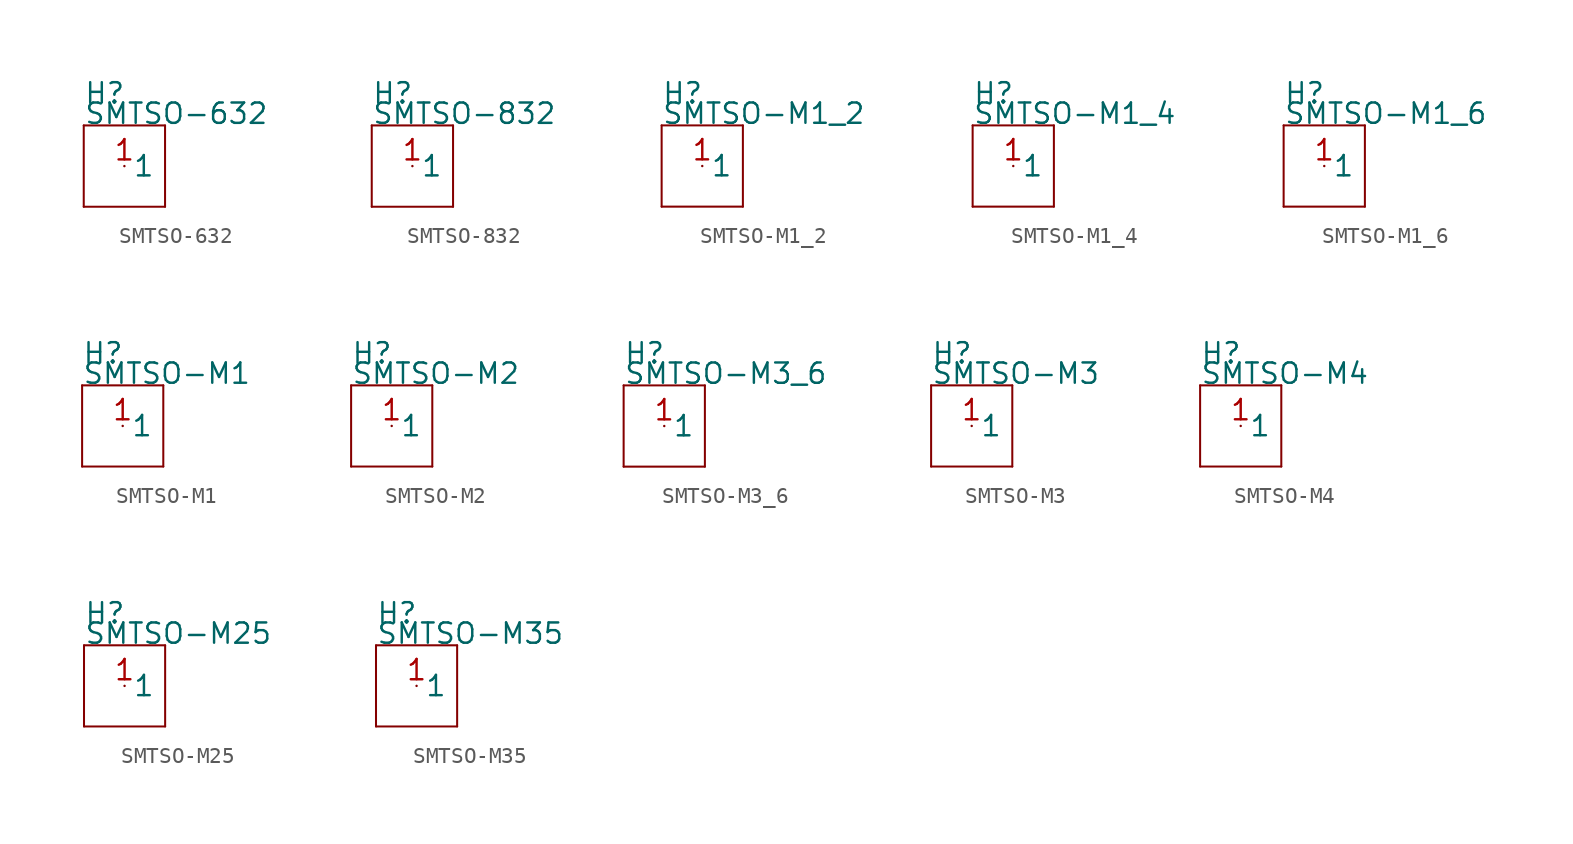
<source format=kicad_sym>
(kicad_symbol_lib
  (version 20211014)
  (generator kicad_symbol_editor)
  (symbol "SMTSO-632"
    (pin_names)
    (property "Reference" "H"
      (at -2.54 3.81 0)
      (effects (font (size 1.27 1.27)) (justify left bottom)))
    (property "Value" "SMTSO-632"
      (at -2.54 2.54 0)
      (effects (font (size 1.27 1.27)) (justify left bottom)))
    (property "Datasheet" ""
      (at 0 0 0))
    (property "ki_description" "PEM SMTSO-632  - #6-32 Technical Specifications: Length Codes: 2,4,8,12 "
      (at 0 0 0))
    (property "ki_fp_filters" "FlashPCB_Hardware:SMTSO-632 FlashPCB_Hardware:SMTSO-632-NO_OUTLINE"
      (at 0 0 0))
    (symbol "SMTSO-632_1_1"
      (polyline (pts (xy -2.54 2.54) (xy 2.54 2.54)) (stroke (width 0.127)) (fill (type none)))
      (polyline (pts (xy 2.54 2.54) (xy 2.54 -2.54)) (stroke (width 0.127)) (fill (type none)))
      (polyline (pts (xy 2.54 -2.54) (xy -2.54 -2.54)) (stroke (width 0.127)) (fill (type none)))
      (polyline (pts (xy -2.54 -2.54) (xy -2.54 2.54)) (stroke (width 0.127)) (fill (type none)))
      (pin bidirectional line (at 0 0 0) (length 0) (name "1" (effects (font (size 1.27 1.27)))) (number "1" (effects (font (size 1.27 1.27)))))))
  (symbol "SMTSO-832"
    (pin_names)
    (property "Reference" "H"
      (at -2.54 3.81 0)
      (effects (font (size 1.27 1.27)) (justify left bottom)))
    (property "Value" "SMTSO-832"
      (at -2.54 2.54 0)
      (effects (font (size 1.27 1.27)) (justify left bottom)))
    (property "Datasheet" ""
      (at 0 0 0))
    (property "ki_description" "PEM SMTSO-832  - #8-32 Technical Specifications: Length Codes: 2,4,8,12 "
      (at 0 0 0))
    (property "ki_fp_filters" "FlashPCB_Hardware:SMTSO-832 FlashPCB_Hardware:SMTSO-832-NO_OUTLINE"
      (at 0 0 0))
    (symbol "SMTSO-832_1_1"
      (polyline (pts (xy -2.54 2.54) (xy 2.54 2.54)) (stroke (width 0.127)) (fill (type none)))
      (polyline (pts (xy 2.54 2.54) (xy 2.54 -2.54)) (stroke (width 0.127)) (fill (type none)))
      (polyline (pts (xy 2.54 -2.54) (xy -2.54 -2.54)) (stroke (width 0.127)) (fill (type none)))
      (polyline (pts (xy -2.54 -2.54) (xy -2.54 2.54)) (stroke (width 0.127)) (fill (type none)))
      (pin bidirectional line (at 0 0 0) (length 0) (name "1" (effects (font (size 1.27 1.27)))) (number "1" (effects (font (size 1.27 1.27)))))))
  (symbol "SMTSO-M1_2"
    (pin_names)
    (property "Reference" "H"
      (at -2.54 3.81 0)
      (effects (font (size 1.27 1.27)) (justify left bottom)))
    (property "Value" "SMTSO-M1_2"
      (at -2.54 2.54 0)
      (effects (font (size 1.27 1.27)) (justify left bottom)))
    (property "Datasheet" ""
      (at 0 0 0))
    (property "ki_description" "PEM SMTSO-M1_2  - S1.2 Technical Specifications: Length Codes: 1,2,3 "
      (at 0 0 0))
    (property "ki_fp_filters" "FlashPCB_Hardware:SMTSO-M1_2 FlashPCB_Hardware:SMTSO-M1_2-NO_OUTLINE"
      (at 0 0 0))
    (symbol "SMTSO-M1_2_1_1"
      (polyline (pts (xy -2.54 2.54) (xy 2.54 2.54)) (stroke (width 0.127)) (fill (type none)))
      (polyline (pts (xy 2.54 2.54) (xy 2.54 -2.54)) (stroke (width 0.127)) (fill (type none)))
      (polyline (pts (xy 2.54 -2.54) (xy -2.54 -2.54)) (stroke (width 0.127)) (fill (type none)))
      (polyline (pts (xy -2.54 -2.54) (xy -2.54 2.54)) (stroke (width 0.127)) (fill (type none)))
      (pin bidirectional line (at 0 0 0) (length 0) (name "1" (effects (font (size 1.27 1.27)))) (number "1" (effects (font (size 1.27 1.27)))))))
  (symbol "SMTSO-M1_4"
    (pin_names)
    (property "Reference" "H"
      (at -2.54 3.81 0)
      (effects (font (size 1.27 1.27)) (justify left bottom)))
    (property "Value" "SMTSO-M1_4"
      (at -2.54 2.54 0)
      (effects (font (size 1.27 1.27)) (justify left bottom)))
    (property "Datasheet" ""
      (at 0 0 0))
    (property "ki_description" "PEM SMTSO-M1_4  - S1.4 Technical Specifications: Length Codes: 1,2,3 "
      (at 0 0 0))
    (property "ki_fp_filters" "FlashPCB_Hardware:SMTSO-M1_4 FlashPCB_Hardware:SMTSO-M1_4-NO_OUTLINE"
      (at 0 0 0))
    (symbol "SMTSO-M1_4_1_1"
      (polyline (pts (xy -2.54 2.54) (xy 2.54 2.54)) (stroke (width 0.127)) (fill (type none)))
      (polyline (pts (xy 2.54 2.54) (xy 2.54 -2.54)) (stroke (width 0.127)) (fill (type none)))
      (polyline (pts (xy 2.54 -2.54) (xy -2.54 -2.54)) (stroke (width 0.127)) (fill (type none)))
      (polyline (pts (xy -2.54 -2.54) (xy -2.54 2.54)) (stroke (width 0.127)) (fill (type none)))
      (pin bidirectional line (at 0 0 0) (length 0) (name "1" (effects (font (size 1.27 1.27)))) (number "1" (effects (font (size 1.27 1.27)))))))
  (symbol "SMTSO-M1_6"
    (pin_names)
    (property "Reference" "H"
      (at -2.54 3.81 0)
      (effects (font (size 1.27 1.27)) (justify left bottom)))
    (property "Value" "SMTSO-M1_6"
      (at -2.54 2.54 0)
      (effects (font (size 1.27 1.27)) (justify left bottom)))
    (property "Datasheet" ""
      (at 0 0 0))
    (property "ki_description" "PEM SMTSO-M1_6  - M1.6x0.35 Technical Specifications: Length Codes: 1,2,3 "
      (at 0 0 0))
    (property "ki_fp_filters" "FlashPCB_Hardware:SMTSO-M1_6 FlashPCB_Hardware:SMTSO-M1_6-NO_OUTLINE"
      (at 0 0 0))
    (symbol "SMTSO-M1_6_1_1"
      (polyline (pts (xy -2.54 2.54) (xy 2.54 2.54)) (stroke (width 0.127)) (fill (type none)))
      (polyline (pts (xy 2.54 2.54) (xy 2.54 -2.54)) (stroke (width 0.127)) (fill (type none)))
      (polyline (pts (xy 2.54 -2.54) (xy -2.54 -2.54)) (stroke (width 0.127)) (fill (type none)))
      (polyline (pts (xy -2.54 -2.54) (xy -2.54 2.54)) (stroke (width 0.127)) (fill (type none)))
      (pin bidirectional line (at 0 0 0) (length 0) (name "1" (effects (font (size 1.27 1.27)))) (number "1" (effects (font (size 1.27 1.27)))))))
  (symbol "SMTSO-M1"
    (pin_names)
    (property "Reference" "H"
      (at -2.54 3.81 0)
      (effects (font (size 1.27 1.27)) (justify left bottom)))
    (property "Value" "SMTSO-M1"
      (at -2.54 2.54 0)
      (effects (font (size 1.27 1.27)) (justify left bottom)))
    (property "Datasheet" ""
      (at 0 0 0))
    (property "ki_description" "PEM SMTSO-M1  - S1 Technical Specifications: Length Codes: 1,2,3 "
      (at 0 0 0))
    (property "ki_fp_filters" "FlashPCB_Hardware:SMTSO-M1 FlashPCB_Hardware:SMTSO-M1-NO_OUTLINE"
      (at 0 0 0))
    (symbol "SMTSO-M1_1_1"
      (polyline (pts (xy -2.54 2.54) (xy 2.54 2.54)) (stroke (width 0.127)) (fill (type none)))
      (polyline (pts (xy 2.54 2.54) (xy 2.54 -2.54)) (stroke (width 0.127)) (fill (type none)))
      (polyline (pts (xy 2.54 -2.54) (xy -2.54 -2.54)) (stroke (width 0.127)) (fill (type none)))
      (polyline (pts (xy -2.54 -2.54) (xy -2.54 2.54)) (stroke (width 0.127)) (fill (type none)))
      (pin bidirectional line (at 0 0 0) (length 0) (name "1" (effects (font (size 1.27 1.27)))) (number "1" (effects (font (size 1.27 1.27)))))))
  (symbol "SMTSO-M2"
    (pin_names)
    (property "Reference" "H"
      (at -2.54 3.81 0)
      (effects (font (size 1.27 1.27)) (justify left bottom)))
    (property "Value" "SMTSO-M2"
      (at -2.54 2.54 0)
      (effects (font (size 1.27 1.27)) (justify left bottom)))
    (property "Datasheet" ""
      (at 0 0 0))
    (property "ki_description" "PEM SMTSO-M2  - M2x0.4 Technical Specifications: Length Codes: 2,3,4,6,8,10 "
      (at 0 0 0))
    (property "ki_fp_filters" "FlashPCB_Hardware:SMTSO-M2 FlashPCB_Hardware:SMTSO-M2-NO_OUTLINE"
      (at 0 0 0))
    (symbol "SMTSO-M2_1_1"
      (polyline (pts (xy -2.54 2.54) (xy 2.54 2.54)) (stroke (width 0.127)) (fill (type none)))
      (polyline (pts (xy 2.54 2.54) (xy 2.54 -2.54)) (stroke (width 0.127)) (fill (type none)))
      (polyline (pts (xy 2.54 -2.54) (xy -2.54 -2.54)) (stroke (width 0.127)) (fill (type none)))
      (polyline (pts (xy -2.54 -2.54) (xy -2.54 2.54)) (stroke (width 0.127)) (fill (type none)))
      (pin bidirectional line (at 0 0 0) (length 0) (name "1" (effects (font (size 1.27 1.27)))) (number "1" (effects (font (size 1.27 1.27)))))))
  (symbol "SMTSO-M3_6"
    (pin_names)
    (property "Reference" "H"
      (at -2.54 3.81 0)
      (effects (font (size 1.27 1.27)) (justify left bottom)))
    (property "Value" "SMTSO-M3_6"
      (at -2.54 2.54 0)
      (effects (font (size 1.27 1.27)) (justify left bottom)))
    (property "Datasheet" ""
      (at 0 0 0))
    (property "ki_description" "PEM SMTSO-M3_6  -  THT 3.6mm Technical Specifications: Length Codes: 2,3,4,6,8,10 "
      (at 0 0 0))
    (property "ki_fp_filters" "FlashPCB_Hardware:SMTSO-M3_6 FlashPCB_Hardware:SMTSO-M3_6-NO_OUTLINE"
      (at 0 0 0))
    (symbol "SMTSO-M3_6_1_1"
      (polyline (pts (xy -2.54 2.54) (xy 2.54 2.54)) (stroke (width 0.127)) (fill (type none)))
      (polyline (pts (xy 2.54 2.54) (xy 2.54 -2.54)) (stroke (width 0.127)) (fill (type none)))
      (polyline (pts (xy 2.54 -2.54) (xy -2.54 -2.54)) (stroke (width 0.127)) (fill (type none)))
      (polyline (pts (xy -2.54 -2.54) (xy -2.54 2.54)) (stroke (width 0.127)) (fill (type none)))
      (pin bidirectional line (at 0 0 0) (length 0) (name "1" (effects (font (size 1.27 1.27)))) (number "1" (effects (font (size 1.27 1.27)))))))
  (symbol "SMTSO-M3"
    (pin_names)
    (property "Reference" "H"
      (at -2.54 3.81 0)
      (effects (font (size 1.27 1.27)) (justify left bottom)))
    (property "Value" "SMTSO-M3"
      (at -2.54 2.54 0)
      (effects (font (size 1.27 1.27)) (justify left bottom)))
    (property "Datasheet" ""
      (at 0 0 0))
    (property "ki_description" "PEM SMTSO-M3  - M3x0.5 Technical Specifications: Length Codes: 2,3,4,6,8,10 "
      (at 0 0 0))
    (property "ki_fp_filters" "FlashPCB_Hardware:SMTSO-M3 FlashPCB_Hardware:SMTSO-M3-NO_OUTLINE"
      (at 0 0 0))
    (symbol "SMTSO-M3_1_1"
      (polyline (pts (xy -2.54 2.54) (xy 2.54 2.54)) (stroke (width 0.127)) (fill (type none)))
      (polyline (pts (xy 2.54 2.54) (xy 2.54 -2.54)) (stroke (width 0.127)) (fill (type none)))
      (polyline (pts (xy 2.54 -2.54) (xy -2.54 -2.54)) (stroke (width 0.127)) (fill (type none)))
      (polyline (pts (xy -2.54 -2.54) (xy -2.54 2.54)) (stroke (width 0.127)) (fill (type none)))
      (pin bidirectional line (at 0 0 0) (length 0) (name "1" (effects (font (size 1.27 1.27)))) (number "1" (effects (font (size 1.27 1.27)))))))
  (symbol "SMTSO-M4"
    (pin_names)
    (property "Reference" "H"
      (at -2.54 3.81 0)
      (effects (font (size 1.27 1.27)) (justify left bottom)))
    (property "Value" "SMTSO-M4"
      (at -2.54 2.54 0)
      (effects (font (size 1.27 1.27)) (justify left bottom)))
    (property "Datasheet" ""
      (at 0 0 0))
    (property "ki_description" "PEM SMTSO-M4  - M4x0.7 Technical Specifications: Length Codes: 2,3,4,6,8,10 "
      (at 0 0 0))
    (property "ki_fp_filters" "FlashPCB_Hardware:SMTSO-M4 FlashPCB_Hardware:SMTSO-M4-NO_OUTLINE"
      (at 0 0 0))
    (symbol "SMTSO-M4_1_1"
      (polyline (pts (xy -2.54 2.54) (xy 2.54 2.54)) (stroke (width 0.127)) (fill (type none)))
      (polyline (pts (xy 2.54 2.54) (xy 2.54 -2.54)) (stroke (width 0.127)) (fill (type none)))
      (polyline (pts (xy 2.54 -2.54) (xy -2.54 -2.54)) (stroke (width 0.127)) (fill (type none)))
      (polyline (pts (xy -2.54 -2.54) (xy -2.54 2.54)) (stroke (width 0.127)) (fill (type none)))
      (pin bidirectional line (at 0 0 0) (length 0) (name "1" (effects (font (size 1.27 1.27)))) (number "1" (effects (font (size 1.27 1.27)))))))
  (symbol "SMTSO-M25"
    (pin_names)
    (property "Reference" "H"
      (at -2.54 3.81 0)
      (effects (font (size 1.27 1.27)) (justify left bottom)))
    (property "Value" "SMTSO-M25"
      (at -2.54 2.54 0)
      (effects (font (size 1.27 1.27)) (justify left bottom)))
    (property "Datasheet" ""
      (at 0 0 0))
    (property "ki_description" "PEM SMTSO-M25  - M2.5x0.45 Technical Specifications: Length Codes: 2,3,4,6,8,10 "
      (at 0 0 0))
    (property "ki_fp_filters" "FlashPCB_Hardware:SMTSO-M25 FlashPCB_Hardware:SMTSO-M25-NO_OUTLINE"
      (at 0 0 0))
    (symbol "SMTSO-M25_1_1"
      (polyline (pts (xy -2.54 2.54) (xy 2.54 2.54)) (stroke (width 0.127)) (fill (type none)))
      (polyline (pts (xy 2.54 2.54) (xy 2.54 -2.54)) (stroke (width 0.127)) (fill (type none)))
      (polyline (pts (xy 2.54 -2.54) (xy -2.54 -2.54)) (stroke (width 0.127)) (fill (type none)))
      (polyline (pts (xy -2.54 -2.54) (xy -2.54 2.54)) (stroke (width 0.127)) (fill (type none)))
      (pin bidirectional line (at 0 0 0) (length 0) (name "1" (effects (font (size 1.27 1.27)))) (number "1" (effects (font (size 1.27 1.27)))))))
  (symbol "SMTSO-M35"
    (pin_names)
    (property "Reference" "H"
      (at -2.54 3.81 0)
      (effects (font (size 1.27 1.27)) (justify left bottom)))
    (property "Value" "SMTSO-M35"
      (at -2.54 2.54 0)
      (effects (font (size 1.27 1.27)) (justify left bottom)))
    (property "Datasheet" ""
      (at 0 0 0))
    (property "ki_description" "PEM SMTSO-M35  - M3.5x0.6 Technical Specifications: Length Codes: 2,3,4,6,8,10 "
      (at 0 0 0))
    (property "ki_fp_filters" "FlashPCB_Hardware:SMTSO-M35 FlashPCB_Hardware:SMTSO-M35-NO_OUTLINE"
      (at 0 0 0))
    (symbol "SMTSO-M35_1_1"
      (polyline (pts (xy -2.54 2.54) (xy 2.54 2.54)) (stroke (width 0.127)) (fill (type none)))
      (polyline (pts (xy 2.54 2.54) (xy 2.54 -2.54)) (stroke (width 0.127)) (fill (type none)))
      (polyline (pts (xy 2.54 -2.54) (xy -2.54 -2.54)) (stroke (width 0.127)) (fill (type none)))
      (polyline (pts (xy -2.54 -2.54) (xy -2.54 2.54)) (stroke (width 0.127)) (fill (type none)))
      (pin bidirectional line (at 0 0 0) (length 0) (name "1" (effects (font (size 1.27 1.27)))) (number "1" (effects (font (size 1.27 1.27))))))))
</source>
